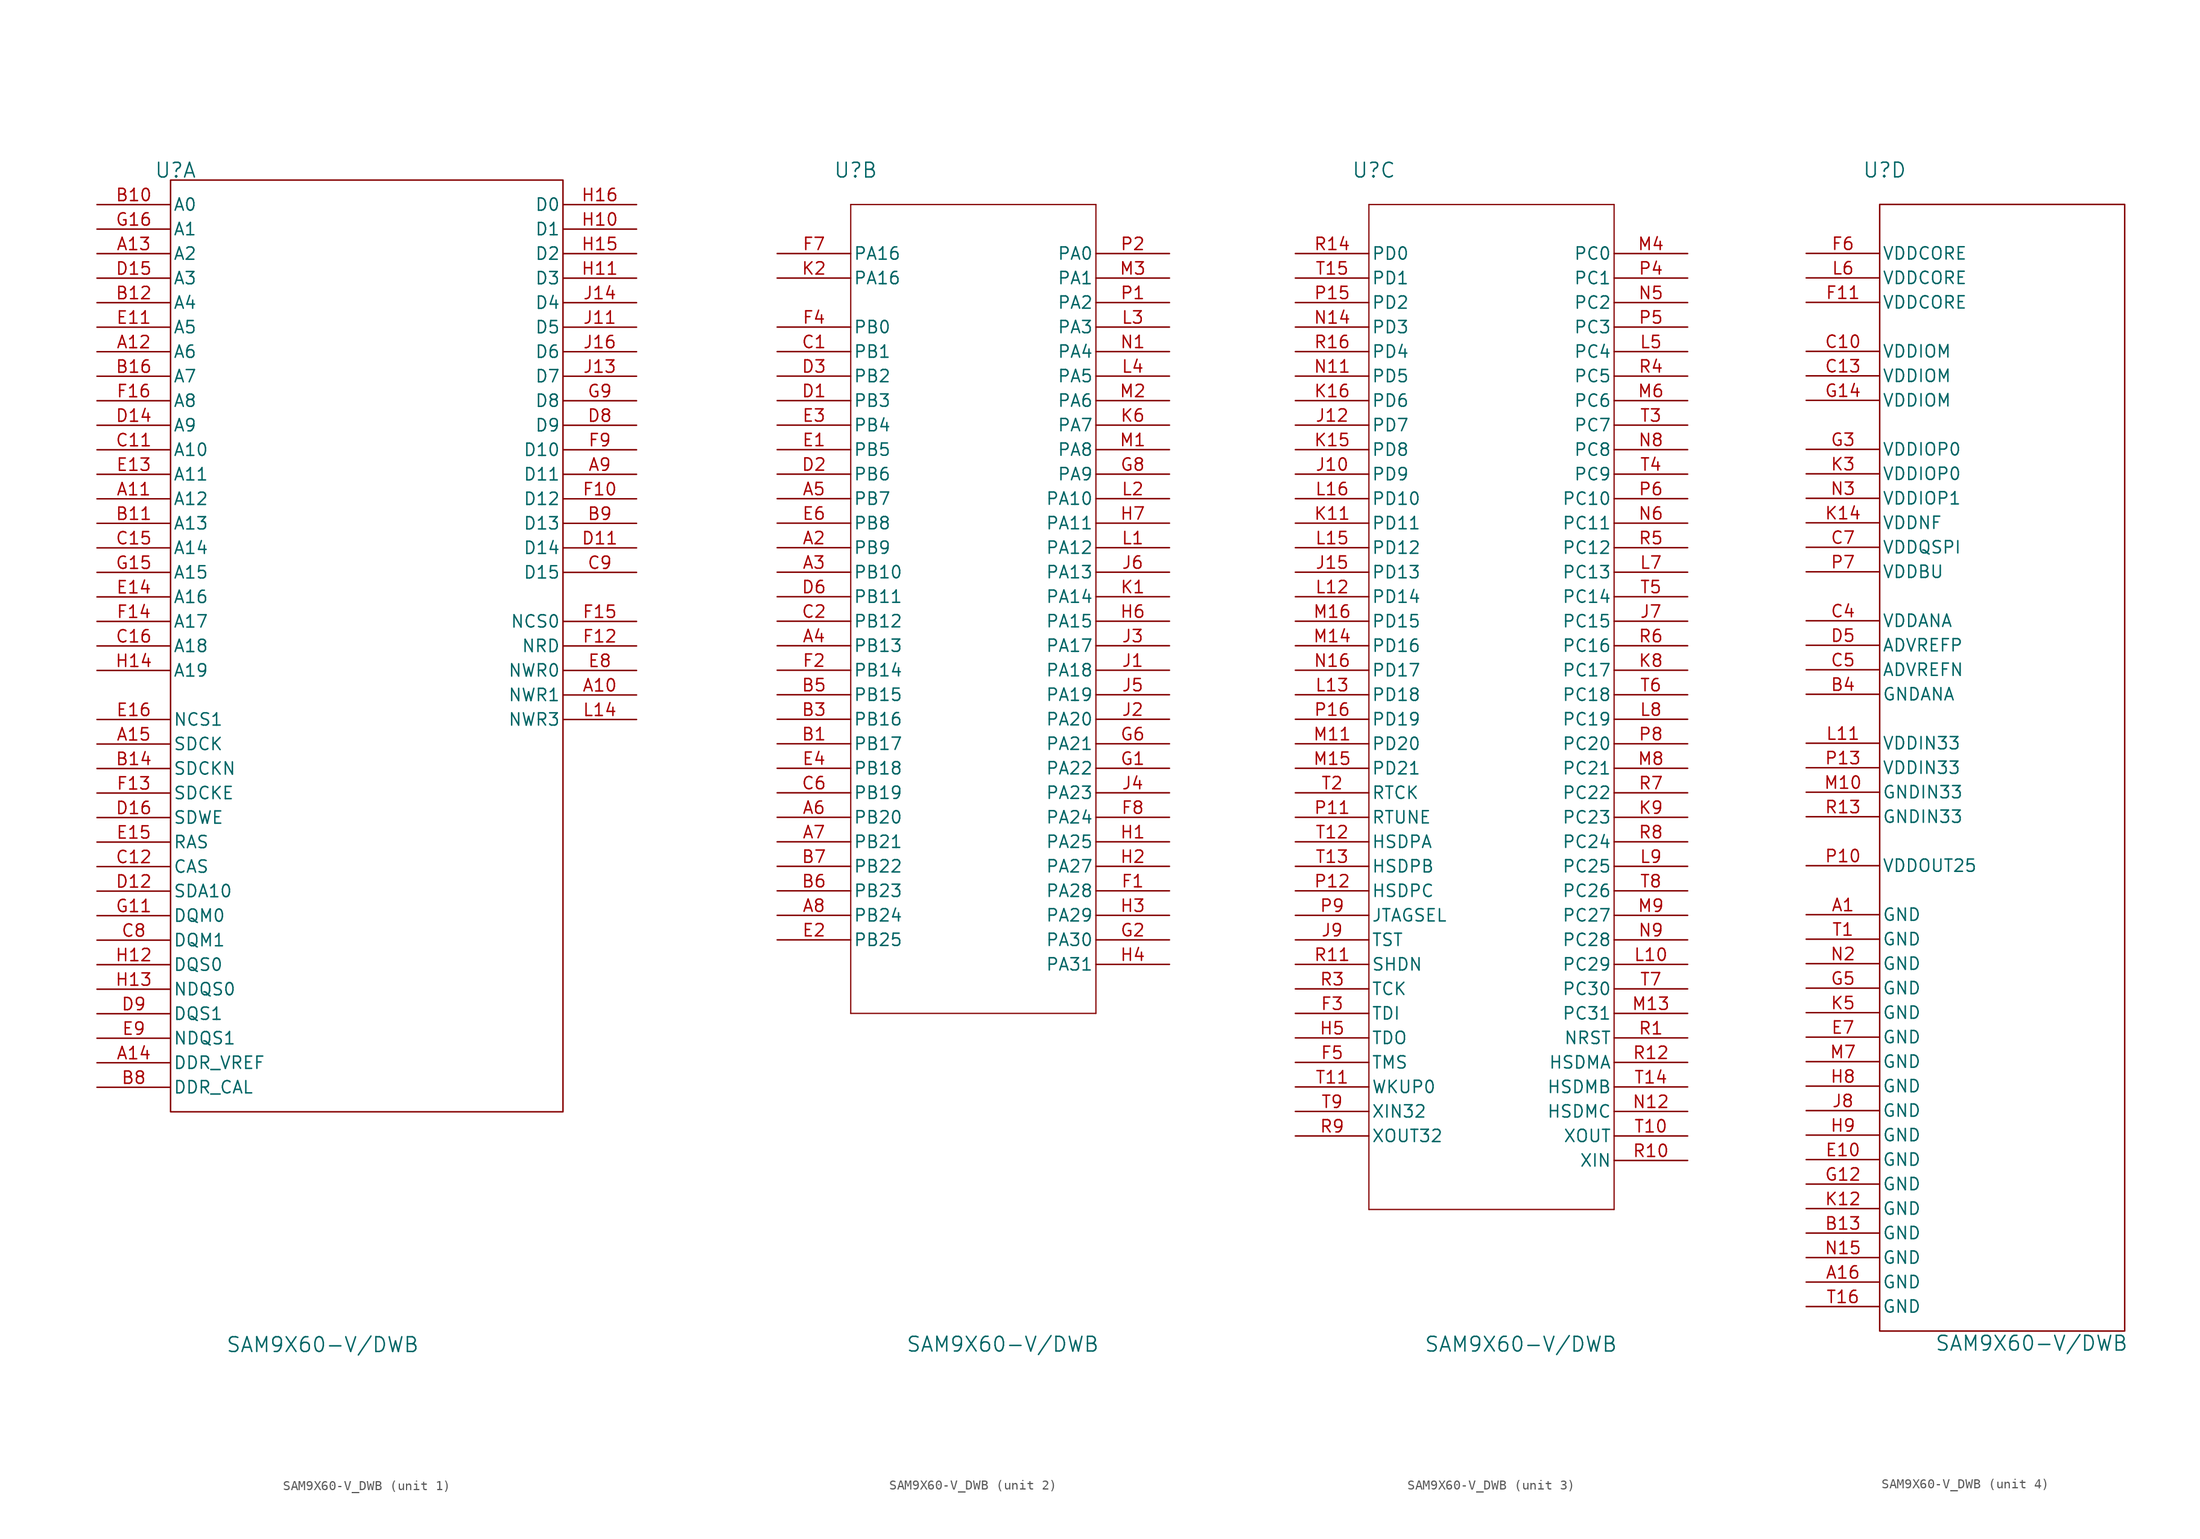
<source format=kicad_sym>
(kicad_symbol_lib
  (version 20241209)
  (generator "kicad_symbol_editor")
  (generator_version "9.0")
  (symbol "SAM9X60-V_DWB"
    (pin_names
      (offset 0.254))
    (property "Reference" "U"
      (at 8.128 8.636 0)
      (effects (font (size 1.524 1.524))))
    (property "Value" "SAM9X60-V/DWB"
      (at 23.368 -113.03 0)
      (effects (font (size 1.524 1.524))))
    (property "ki_locked" ""
      (at 0 0 0)
      (effects (font (size 1.27 1.27))))
    (symbol "SAM9X60-V_DWB_1_1"
      (rectangle (start 7.62 7.62) (end 48.26 -88.9) (stroke (width 0) (type default)) (fill (type none)))
      (pin bidirectional line (at 0 5.08 0) (length 7.62) (name "A0" (effects (font (size 1.27 1.27)))) (number "B10" (effects (font (size 1.27 1.27)))))
      (pin bidirectional line (at 0 2.54 0) (length 7.62) (name "A1" (effects (font (size 1.27 1.27)))) (number "G16" (effects (font (size 1.27 1.27)))))
      (pin bidirectional line (at 0 0 0) (length 7.62) (name "A2" (effects (font (size 1.27 1.27)))) (number "A13" (effects (font (size 1.27 1.27)))))
      (pin bidirectional line (at 0 -2.54 0) (length 7.62) (name "A3" (effects (font (size 1.27 1.27)))) (number "D15" (effects (font (size 1.27 1.27)))))
      (pin bidirectional line (at 0 -5.08 0) (length 7.62) (name "A4" (effects (font (size 1.27 1.27)))) (number "B12" (effects (font (size 1.27 1.27)))))
      (pin bidirectional line (at 0 -7.62 0) (length 7.62) (name "A5" (effects (font (size 1.27 1.27)))) (number "E11" (effects (font (size 1.27 1.27)))))
      (pin bidirectional line (at 0 -10.16 0) (length 7.62) (name "A6" (effects (font (size 1.27 1.27)))) (number "A12" (effects (font (size 1.27 1.27)))))
      (pin bidirectional line (at 0 -12.7 0) (length 7.62) (name "A7" (effects (font (size 1.27 1.27)))) (number "B16" (effects (font (size 1.27 1.27)))))
      (pin bidirectional line (at 0 -15.24 0) (length 7.62) (name "A8" (effects (font (size 1.27 1.27)))) (number "F16" (effects (font (size 1.27 1.27)))))
      (pin bidirectional line (at 0 -17.78 0) (length 7.62) (name "A9" (effects (font (size 1.27 1.27)))) (number "D14" (effects (font (size 1.27 1.27)))))
      (pin bidirectional line (at 0 -20.32 0) (length 7.62) (name "A10" (effects (font (size 1.27 1.27)))) (number "C11" (effects (font (size 1.27 1.27)))))
      (pin bidirectional line (at 0 -22.86 0) (length 7.62) (name "A11" (effects (font (size 1.27 1.27)))) (number "E13" (effects (font (size 1.27 1.27)))))
      (pin bidirectional line (at 0 -25.4 0) (length 7.62) (name "A12" (effects (font (size 1.27 1.27)))) (number "A11" (effects (font (size 1.27 1.27)))))
      (pin bidirectional line (at 0 -27.94 0) (length 7.62) (name "A13" (effects (font (size 1.27 1.27)))) (number "B11" (effects (font (size 1.27 1.27)))))
      (pin bidirectional line (at 0 -30.48 0) (length 7.62) (name "A14" (effects (font (size 1.27 1.27)))) (number "C15" (effects (font (size 1.27 1.27)))))
      (pin bidirectional line (at 0 -33.02 0) (length 7.62) (name "A15" (effects (font (size 1.27 1.27)))) (number "G15" (effects (font (size 1.27 1.27)))))
      (pin bidirectional line (at 0 -35.56 0) (length 7.62) (name "A16" (effects (font (size 1.27 1.27)))) (number "E14" (effects (font (size 1.27 1.27)))))
      (pin bidirectional line (at 0 -38.1 0) (length 7.62) (name "A17" (effects (font (size 1.27 1.27)))) (number "F14" (effects (font (size 1.27 1.27)))))
      (pin unspecified line (at 0 -40.64 0) (length 7.62) (name "A18" (effects (font (size 1.27 1.27)))) (number "C16" (effects (font (size 1.27 1.27)))))
      (pin bidirectional line (at 0 -43.18 0) (length 7.62) (name "A19" (effects (font (size 1.27 1.27)))) (number "H14" (effects (font (size 1.27 1.27)))))
      (pin unspecified line (at 0 -48.26 0) (length 7.62) (name "NCS1" (effects (font (size 1.27 1.27)))) (number "E16" (effects (font (size 1.27 1.27)))))
      (pin unspecified line (at 0 -50.8 0) (length 7.62) (name "SDCK" (effects (font (size 1.27 1.27)))) (number "A15" (effects (font (size 1.27 1.27)))))
      (pin unspecified line (at 0 -53.34 0) (length 7.62) (name "SDCKN" (effects (font (size 1.27 1.27)))) (number "B14" (effects (font (size 1.27 1.27)))))
      (pin unspecified line (at 0 -55.88 0) (length 7.62) (name "SDCKE" (effects (font (size 1.27 1.27)))) (number "F13" (effects (font (size 1.27 1.27)))))
      (pin unspecified line (at 0 -58.42 0) (length 7.62) (name "SDWE" (effects (font (size 1.27 1.27)))) (number "D16" (effects (font (size 1.27 1.27)))))
      (pin unspecified line (at 0 -60.96 0) (length 7.62) (name "RAS" (effects (font (size 1.27 1.27)))) (number "E15" (effects (font (size 1.27 1.27)))))
      (pin bidirectional line (at 0 -63.5 0) (length 7.62) (name "CAS" (effects (font (size 1.27 1.27)))) (number "C12" (effects (font (size 1.27 1.27)))))
      (pin bidirectional line (at 0 -66.04 0) (length 7.62) (name "SDA10" (effects (font (size 1.27 1.27)))) (number "D12" (effects (font (size 1.27 1.27)))))
      (pin bidirectional line (at 0 -68.58 0) (length 7.62) (name "DQM0" (effects (font (size 1.27 1.27)))) (number "G11" (effects (font (size 1.27 1.27)))))
      (pin bidirectional line (at 0 -71.12 0) (length 7.62) (name "DQM1" (effects (font (size 1.27 1.27)))) (number "C8" (effects (font (size 1.27 1.27)))))
      (pin bidirectional line (at 0 -73.66 0) (length 7.62) (name "DQS0" (effects (font (size 1.27 1.27)))) (number "H12" (effects (font (size 1.27 1.27)))))
      (pin bidirectional line (at 0 -76.2 0) (length 7.62) (name "NDQS0" (effects (font (size 1.27 1.27)))) (number "H13" (effects (font (size 1.27 1.27)))))
      (pin bidirectional line (at 0 -78.74 0) (length 7.62) (name "DQS1" (effects (font (size 1.27 1.27)))) (number "D9" (effects (font (size 1.27 1.27)))))
      (pin bidirectional line (at 0 -81.28 0) (length 7.62) (name "NDQS1" (effects (font (size 1.27 1.27)))) (number "E9" (effects (font (size 1.27 1.27)))))
      (pin power_in line (at 0 -83.82 0) (length 7.62) (name "DDR_VREF" (effects (font (size 1.27 1.27)))) (number "A14" (effects (font (size 1.27 1.27)))))
      (pin unspecified line (at 0 -86.36 0) (length 7.62) (name "DDR_CAL" (effects (font (size 1.27 1.27)))) (number "B8" (effects (font (size 1.27 1.27)))))
      (pin bidirectional line (at 55.88 5.08 180) (length 7.62) (name "D0" (effects (font (size 1.27 1.27)))) (number "H16" (effects (font (size 1.27 1.27)))))
      (pin bidirectional line (at 55.88 2.54 180) (length 7.62) (name "D1" (effects (font (size 1.27 1.27)))) (number "H10" (effects (font (size 1.27 1.27)))))
      (pin bidirectional line (at 55.88 0 180) (length 7.62) (name "D2" (effects (font (size 1.27 1.27)))) (number "H15" (effects (font (size 1.27 1.27)))))
      (pin bidirectional line (at 55.88 -2.54 180) (length 7.62) (name "D3" (effects (font (size 1.27 1.27)))) (number "H11" (effects (font (size 1.27 1.27)))))
      (pin bidirectional line (at 55.88 -5.08 180) (length 7.62) (name "D4" (effects (font (size 1.27 1.27)))) (number "J14" (effects (font (size 1.27 1.27)))))
      (pin bidirectional line (at 55.88 -7.62 180) (length 7.62) (name "D5" (effects (font (size 1.27 1.27)))) (number "J11" (effects (font (size 1.27 1.27)))))
      (pin bidirectional line (at 55.88 -10.16 180) (length 7.62) (name "D6" (effects (font (size 1.27 1.27)))) (number "J16" (effects (font (size 1.27 1.27)))))
      (pin bidirectional line (at 55.88 -12.7 180) (length 7.62) (name "D7" (effects (font (size 1.27 1.27)))) (number "J13" (effects (font (size 1.27 1.27)))))
      (pin bidirectional line (at 55.88 -15.24 180) (length 7.62) (name "D8" (effects (font (size 1.27 1.27)))) (number "G9" (effects (font (size 1.27 1.27)))))
      (pin unspecified line (at 55.88 -17.78 180) (length 7.62) (name "D9" (effects (font (size 1.27 1.27)))) (number "D8" (effects (font (size 1.27 1.27)))))
      (pin bidirectional line (at 55.88 -20.32 180) (length 7.62) (name "D10" (effects (font (size 1.27 1.27)))) (number "F9" (effects (font (size 1.27 1.27)))))
      (pin bidirectional line (at 55.88 -22.86 180) (length 7.62) (name "D11" (effects (font (size 1.27 1.27)))) (number "A9" (effects (font (size 1.27 1.27)))))
      (pin bidirectional line (at 55.88 -25.4 180) (length 7.62) (name "D12" (effects (font (size 1.27 1.27)))) (number "F10" (effects (font (size 1.27 1.27)))))
      (pin bidirectional line (at 55.88 -27.94 180) (length 7.62) (name "D13" (effects (font (size 1.27 1.27)))) (number "B9" (effects (font (size 1.27 1.27)))))
      (pin bidirectional line (at 55.88 -30.48 180) (length 7.62) (name "D14" (effects (font (size 1.27 1.27)))) (number "D11" (effects (font (size 1.27 1.27)))))
      (pin bidirectional line (at 55.88 -33.02 180) (length 7.62) (name "D15" (effects (font (size 1.27 1.27)))) (number "C9" (effects (font (size 1.27 1.27)))))
      (pin unspecified line (at 55.88 -38.1 180) (length 7.62) (name "NCS0" (effects (font (size 1.27 1.27)))) (number "F15" (effects (font (size 1.27 1.27)))))
      (pin unspecified line (at 55.88 -40.64 180) (length 7.62) (name "NRD" (effects (font (size 1.27 1.27)))) (number "F12" (effects (font (size 1.27 1.27)))))
      (pin bidirectional line (at 55.88 -43.18 180) (length 7.62) (name "NWR0" (effects (font (size 1.27 1.27)))) (number "E8" (effects (font (size 1.27 1.27)))))
      (pin bidirectional line (at 55.88 -45.72 180) (length 7.62) (name "NWR1" (effects (font (size 1.27 1.27)))) (number "A10" (effects (font (size 1.27 1.27)))))
      (pin bidirectional line (at 55.88 -48.26 180) (length 7.62) (name "NWR3" (effects (font (size 1.27 1.27)))) (number "L14" (effects (font (size 1.27 1.27))))))
    (symbol "SAM9X60-V_DWB_2_1"
      (polyline (pts (xy 7.62 5.08) (xy 7.62 -78.74)) (stroke (width 0.127) (type default)) (fill (type none)))
      (polyline (pts (xy 7.62 -78.74) (xy 33.02 -78.74)) (stroke (width 0.127) (type default)) (fill (type none)))
      (polyline (pts (xy 33.02 5.08) (xy 7.62 5.08)) (stroke (width 0.127) (type default)) (fill (type none)))
      (polyline (pts (xy 33.02 -78.74) (xy 33.02 5.08)) (stroke (width 0.127) (type default)) (fill (type none)))
      (pin bidirectional line (at 0 0 0) (length 7.62) (name "PA16" (effects (font (size 1.27 1.27)))) (number "F7" (effects (font (size 1.27 1.27)))))
      (pin bidirectional line (at 0 -2.54 0) (length 7.62) (name "PA16" (effects (font (size 1.27 1.27)))) (number "K2" (effects (font (size 1.27 1.27)))))
      (pin bidirectional line (at 0 -7.62 0) (length 7.62) (name "PB0" (effects (font (size 1.27 1.27)))) (number "F4" (effects (font (size 1.27 1.27)))))
      (pin bidirectional line (at 0 -10.16 0) (length 7.62) (name "PB1" (effects (font (size 1.27 1.27)))) (number "C1" (effects (font (size 1.27 1.27)))))
      (pin bidirectional line (at 0 -12.7 0) (length 7.62) (name "PB2" (effects (font (size 1.27 1.27)))) (number "D3" (effects (font (size 1.27 1.27)))))
      (pin bidirectional line (at 0 -15.24 0) (length 7.62) (name "PB3" (effects (font (size 1.27 1.27)))) (number "D1" (effects (font (size 1.27 1.27)))))
      (pin bidirectional line (at 0 -17.78 0) (length 7.62) (name "PB4" (effects (font (size 1.27 1.27)))) (number "E3" (effects (font (size 1.27 1.27)))))
      (pin bidirectional line (at 0 -20.32 0) (length 7.62) (name "PB5" (effects (font (size 1.27 1.27)))) (number "E1" (effects (font (size 1.27 1.27)))))
      (pin bidirectional line (at 0 -22.86 0) (length 7.62) (name "PB6" (effects (font (size 1.27 1.27)))) (number "D2" (effects (font (size 1.27 1.27)))))
      (pin bidirectional line (at 0 -25.4 0) (length 7.62) (name "PB7" (effects (font (size 1.27 1.27)))) (number "A5" (effects (font (size 1.27 1.27)))))
      (pin bidirectional line (at 0 -27.94 0) (length 7.62) (name "PB8" (effects (font (size 1.27 1.27)))) (number "E6" (effects (font (size 1.27 1.27)))))
      (pin bidirectional line (at 0 -30.48 0) (length 7.62) (name "PB9" (effects (font (size 1.27 1.27)))) (number "A2" (effects (font (size 1.27 1.27)))))
      (pin bidirectional line (at 0 -33.02 0) (length 7.62) (name "PB10" (effects (font (size 1.27 1.27)))) (number "A3" (effects (font (size 1.27 1.27)))))
      (pin bidirectional line (at 0 -35.56 0) (length 7.62) (name "PB11" (effects (font (size 1.27 1.27)))) (number "D6" (effects (font (size 1.27 1.27)))))
      (pin bidirectional line (at 0 -38.1 0) (length 7.62) (name "PB12" (effects (font (size 1.27 1.27)))) (number "C2" (effects (font (size 1.27 1.27)))))
      (pin bidirectional line (at 0 -40.64 0) (length 7.62) (name "PB13" (effects (font (size 1.27 1.27)))) (number "A4" (effects (font (size 1.27 1.27)))))
      (pin bidirectional line (at 0 -43.18 0) (length 7.62) (name "PB14" (effects (font (size 1.27 1.27)))) (number "F2" (effects (font (size 1.27 1.27)))))
      (pin bidirectional line (at 0 -45.72 0) (length 7.62) (name "PB15" (effects (font (size 1.27 1.27)))) (number "B5" (effects (font (size 1.27 1.27)))))
      (pin bidirectional line (at 0 -48.26 0) (length 7.62) (name "PB16" (effects (font (size 1.27 1.27)))) (number "B3" (effects (font (size 1.27 1.27)))))
      (pin bidirectional line (at 0 -50.8 0) (length 7.62) (name "PB17" (effects (font (size 1.27 1.27)))) (number "B1" (effects (font (size 1.27 1.27)))))
      (pin bidirectional line (at 0 -53.34 0) (length 7.62) (name "PB18" (effects (font (size 1.27 1.27)))) (number "E4" (effects (font (size 1.27 1.27)))))
      (pin bidirectional line (at 0 -55.88 0) (length 7.62) (name "PB19" (effects (font (size 1.27 1.27)))) (number "C6" (effects (font (size 1.27 1.27)))))
      (pin bidirectional line (at 0 -58.42 0) (length 7.62) (name "PB20" (effects (font (size 1.27 1.27)))) (number "A6" (effects (font (size 1.27 1.27)))))
      (pin bidirectional line (at 0 -60.96 0) (length 7.62) (name "PB21" (effects (font (size 1.27 1.27)))) (number "A7" (effects (font (size 1.27 1.27)))))
      (pin bidirectional line (at 0 -63.5 0) (length 7.62) (name "PB22" (effects (font (size 1.27 1.27)))) (number "B7" (effects (font (size 1.27 1.27)))))
      (pin bidirectional line (at 0 -66.04 0) (length 7.62) (name "PB23" (effects (font (size 1.27 1.27)))) (number "B6" (effects (font (size 1.27 1.27)))))
      (pin bidirectional line (at 0 -68.58 0) (length 7.62) (name "PB24" (effects (font (size 1.27 1.27)))) (number "A8" (effects (font (size 1.27 1.27)))))
      (pin bidirectional line (at 0 -71.12 0) (length 7.62) (name "PB25" (effects (font (size 1.27 1.27)))) (number "E2" (effects (font (size 1.27 1.27)))))
      (pin bidirectional line (at 40.64 0 180) (length 7.62) (name "PA0" (effects (font (size 1.27 1.27)))) (number "P2" (effects (font (size 1.27 1.27)))))
      (pin bidirectional line (at 40.64 -2.54 180) (length 7.62) (name "PA1" (effects (font (size 1.27 1.27)))) (number "M3" (effects (font (size 1.27 1.27)))))
      (pin bidirectional line (at 40.64 -5.08 180) (length 7.62) (name "PA2" (effects (font (size 1.27 1.27)))) (number "P1" (effects (font (size 1.27 1.27)))))
      (pin bidirectional line (at 40.64 -7.62 180) (length 7.62) (name "PA3" (effects (font (size 1.27 1.27)))) (number "L3" (effects (font (size 1.27 1.27)))))
      (pin bidirectional line (at 40.64 -10.16 180) (length 7.62) (name "PA4" (effects (font (size 1.27 1.27)))) (number "N1" (effects (font (size 1.27 1.27)))))
      (pin bidirectional line (at 40.64 -12.7 180) (length 7.62) (name "PA5" (effects (font (size 1.27 1.27)))) (number "L4" (effects (font (size 1.27 1.27)))))
      (pin bidirectional line (at 40.64 -15.24 180) (length 7.62) (name "PA6" (effects (font (size 1.27 1.27)))) (number "M2" (effects (font (size 1.27 1.27)))))
      (pin bidirectional line (at 40.64 -17.78 180) (length 7.62) (name "PA7" (effects (font (size 1.27 1.27)))) (number "K6" (effects (font (size 1.27 1.27)))))
      (pin bidirectional line (at 40.64 -20.32 180) (length 7.62) (name "PA8" (effects (font (size 1.27 1.27)))) (number "M1" (effects (font (size 1.27 1.27)))))
      (pin bidirectional line (at 40.64 -22.86 180) (length 7.62) (name "PA9" (effects (font (size 1.27 1.27)))) (number "G8" (effects (font (size 1.27 1.27)))))
      (pin bidirectional line (at 40.64 -25.4 180) (length 7.62) (name "PA10" (effects (font (size 1.27 1.27)))) (number "L2" (effects (font (size 1.27 1.27)))))
      (pin bidirectional line (at 40.64 -27.94 180) (length 7.62) (name "PA11" (effects (font (size 1.27 1.27)))) (number "H7" (effects (font (size 1.27 1.27)))))
      (pin bidirectional line (at 40.64 -30.48 180) (length 7.62) (name "PA12" (effects (font (size 1.27 1.27)))) (number "L1" (effects (font (size 1.27 1.27)))))
      (pin bidirectional line (at 40.64 -33.02 180) (length 7.62) (name "PA13" (effects (font (size 1.27 1.27)))) (number "J6" (effects (font (size 1.27 1.27)))))
      (pin bidirectional line (at 40.64 -35.56 180) (length 7.62) (name "PA14" (effects (font (size 1.27 1.27)))) (number "K1" (effects (font (size 1.27 1.27)))))
      (pin bidirectional line (at 40.64 -38.1 180) (length 7.62) (name "PA15" (effects (font (size 1.27 1.27)))) (number "H6" (effects (font (size 1.27 1.27)))))
      (pin bidirectional line (at 40.64 -40.64 180) (length 7.62) (name "PA17" (effects (font (size 1.27 1.27)))) (number "J3" (effects (font (size 1.27 1.27)))))
      (pin bidirectional line (at 40.64 -43.18 180) (length 7.62) (name "PA18" (effects (font (size 1.27 1.27)))) (number "J1" (effects (font (size 1.27 1.27)))))
      (pin bidirectional line (at 40.64 -45.72 180) (length 7.62) (name "PA19" (effects (font (size 1.27 1.27)))) (number "J5" (effects (font (size 1.27 1.27)))))
      (pin bidirectional line (at 40.64 -48.26 180) (length 7.62) (name "PA20" (effects (font (size 1.27 1.27)))) (number "J2" (effects (font (size 1.27 1.27)))))
      (pin bidirectional line (at 40.64 -50.8 180) (length 7.62) (name "PA21" (effects (font (size 1.27 1.27)))) (number "G6" (effects (font (size 1.27 1.27)))))
      (pin bidirectional line (at 40.64 -53.34 180) (length 7.62) (name "PA22" (effects (font (size 1.27 1.27)))) (number "G1" (effects (font (size 1.27 1.27)))))
      (pin bidirectional line (at 40.64 -55.88 180) (length 7.62) (name "PA23" (effects (font (size 1.27 1.27)))) (number "J4" (effects (font (size 1.27 1.27)))))
      (pin bidirectional line (at 40.64 -58.42 180) (length 7.62) (name "PA24" (effects (font (size 1.27 1.27)))) (number "F8" (effects (font (size 1.27 1.27)))))
      (pin bidirectional line (at 40.64 -60.96 180) (length 7.62) (name "PA25" (effects (font (size 1.27 1.27)))) (number "H1" (effects (font (size 1.27 1.27)))))
      (pin bidirectional line (at 40.64 -63.5 180) (length 7.62) (name "PA27" (effects (font (size 1.27 1.27)))) (number "H2" (effects (font (size 1.27 1.27)))))
      (pin bidirectional line (at 40.64 -66.04 180) (length 7.62) (name "PA28" (effects (font (size 1.27 1.27)))) (number "F1" (effects (font (size 1.27 1.27)))))
      (pin bidirectional line (at 40.64 -68.58 180) (length 7.62) (name "PA29" (effects (font (size 1.27 1.27)))) (number "H3" (effects (font (size 1.27 1.27)))))
      (pin bidirectional line (at 40.64 -71.12 180) (length 7.62) (name "PA30" (effects (font (size 1.27 1.27)))) (number "G2" (effects (font (size 1.27 1.27)))))
      (pin bidirectional line (at 40.64 -73.66 180) (length 7.62) (name "PA31" (effects (font (size 1.27 1.27)))) (number "H4" (effects (font (size 1.27 1.27))))))
    (symbol "SAM9X60-V_DWB_3_1"
      (polyline (pts (xy 7.62 5.08) (xy 7.62 -99.06)) (stroke (width 0.127) (type default)) (fill (type none)))
      (polyline (pts (xy 7.62 -99.06) (xy 33.02 -99.06)) (stroke (width 0.127) (type default)) (fill (type none)))
      (polyline (pts (xy 33.02 5.08) (xy 7.62 5.08)) (stroke (width 0.127) (type default)) (fill (type none)))
      (polyline (pts (xy 33.02 -99.06) (xy 33.02 5.08)) (stroke (width 0.127) (type default)) (fill (type none)))
      (pin bidirectional line (at 0 0 0) (length 7.62) (name "PD0" (effects (font (size 1.27 1.27)))) (number "R14" (effects (font (size 1.27 1.27)))))
      (pin bidirectional line (at 0 -2.54 0) (length 7.62) (name "PD1" (effects (font (size 1.27 1.27)))) (number "T15" (effects (font (size 1.27 1.27)))))
      (pin bidirectional line (at 0 -5.08 0) (length 7.62) (name "PD2" (effects (font (size 1.27 1.27)))) (number "P15" (effects (font (size 1.27 1.27)))))
      (pin bidirectional line (at 0 -7.62 0) (length 7.62) (name "PD3" (effects (font (size 1.27 1.27)))) (number "N14" (effects (font (size 1.27 1.27)))))
      (pin bidirectional line (at 0 -10.16 0) (length 7.62) (name "PD4" (effects (font (size 1.27 1.27)))) (number "R16" (effects (font (size 1.27 1.27)))))
      (pin bidirectional line (at 0 -12.7 0) (length 7.62) (name "PD5" (effects (font (size 1.27 1.27)))) (number "N11" (effects (font (size 1.27 1.27)))))
      (pin bidirectional line (at 0 -15.24 0) (length 7.62) (name "PD6" (effects (font (size 1.27 1.27)))) (number "K16" (effects (font (size 1.27 1.27)))))
      (pin bidirectional line (at 0 -17.78 0) (length 7.62) (name "PD7" (effects (font (size 1.27 1.27)))) (number "J12" (effects (font (size 1.27 1.27)))))
      (pin bidirectional line (at 0 -20.32 0) (length 7.62) (name "PD8" (effects (font (size 1.27 1.27)))) (number "K15" (effects (font (size 1.27 1.27)))))
      (pin bidirectional line (at 0 -22.86 0) (length 7.62) (name "PD9" (effects (font (size 1.27 1.27)))) (number "J10" (effects (font (size 1.27 1.27)))))
      (pin bidirectional line (at 0 -25.4 0) (length 7.62) (name "PD10" (effects (font (size 1.27 1.27)))) (number "L16" (effects (font (size 1.27 1.27)))))
      (pin bidirectional line (at 0 -27.94 0) (length 7.62) (name "PD11" (effects (font (size 1.27 1.27)))) (number "K11" (effects (font (size 1.27 1.27)))))
      (pin bidirectional line (at 0 -30.48 0) (length 7.62) (name "PD12" (effects (font (size 1.27 1.27)))) (number "L15" (effects (font (size 1.27 1.27)))))
      (pin bidirectional line (at 0 -33.02 0) (length 7.62) (name "PD13" (effects (font (size 1.27 1.27)))) (number "J15" (effects (font (size 1.27 1.27)))))
      (pin bidirectional line (at 0 -35.56 0) (length 7.62) (name "PD14" (effects (font (size 1.27 1.27)))) (number "L12" (effects (font (size 1.27 1.27)))))
      (pin bidirectional line (at 0 -38.1 0) (length 7.62) (name "PD15" (effects (font (size 1.27 1.27)))) (number "M16" (effects (font (size 1.27 1.27)))))
      (pin bidirectional line (at 0 -40.64 0) (length 7.62) (name "PD16" (effects (font (size 1.27 1.27)))) (number "M14" (effects (font (size 1.27 1.27)))))
      (pin bidirectional line (at 0 -43.18 0) (length 7.62) (name "PD17" (effects (font (size 1.27 1.27)))) (number "N16" (effects (font (size 1.27 1.27)))))
      (pin bidirectional line (at 0 -45.72 0) (length 7.62) (name "PD18" (effects (font (size 1.27 1.27)))) (number "L13" (effects (font (size 1.27 1.27)))))
      (pin bidirectional line (at 0 -48.26 0) (length 7.62) (name "PD19" (effects (font (size 1.27 1.27)))) (number "P16" (effects (font (size 1.27 1.27)))))
      (pin bidirectional line (at 0 -50.8 0) (length 7.62) (name "PD20" (effects (font (size 1.27 1.27)))) (number "M11" (effects (font (size 1.27 1.27)))))
      (pin bidirectional line (at 0 -53.34 0) (length 7.62) (name "PD21" (effects (font (size 1.27 1.27)))) (number "M15" (effects (font (size 1.27 1.27)))))
      (pin unspecified line (at 0 -55.88 0) (length 7.62) (name "RTCK" (effects (font (size 1.27 1.27)))) (number "T2" (effects (font (size 1.27 1.27)))))
      (pin unspecified line (at 0 -58.42 0) (length 7.62) (name "RTUNE" (effects (font (size 1.27 1.27)))) (number "P11" (effects (font (size 1.27 1.27)))))
      (pin unspecified line (at 0 -60.96 0) (length 7.62) (name "HSDPA" (effects (font (size 1.27 1.27)))) (number "T12" (effects (font (size 1.27 1.27)))))
      (pin unspecified line (at 0 -63.5 0) (length 7.62) (name "HSDPB" (effects (font (size 1.27 1.27)))) (number "T13" (effects (font (size 1.27 1.27)))))
      (pin unspecified line (at 0 -66.04 0) (length 7.62) (name "HSDPC" (effects (font (size 1.27 1.27)))) (number "P12" (effects (font (size 1.27 1.27)))))
      (pin unspecified line (at 0 -68.58 0) (length 7.62) (name "JTAGSEL" (effects (font (size 1.27 1.27)))) (number "P9" (effects (font (size 1.27 1.27)))))
      (pin power_out line (at 0 -71.12 0) (length 7.62) (name "TST" (effects (font (size 1.27 1.27)))) (number "J9" (effects (font (size 1.27 1.27)))))
      (pin unspecified line (at 0 -73.66 0) (length 7.62) (name "SHDN" (effects (font (size 1.27 1.27)))) (number "R11" (effects (font (size 1.27 1.27)))))
      (pin unspecified line (at 0 -76.2 0) (length 7.62) (name "TCK" (effects (font (size 1.27 1.27)))) (number "R3" (effects (font (size 1.27 1.27)))))
      (pin unspecified line (at 0 -78.74 0) (length 7.62) (name "TDI" (effects (font (size 1.27 1.27)))) (number "F3" (effects (font (size 1.27 1.27)))))
      (pin unspecified line (at 0 -81.28 0) (length 7.62) (name "TDO" (effects (font (size 1.27 1.27)))) (number "H5" (effects (font (size 1.27 1.27)))))
      (pin unspecified line (at 0 -83.82 0) (length 7.62) (name "TMS" (effects (font (size 1.27 1.27)))) (number "F5" (effects (font (size 1.27 1.27)))))
      (pin unspecified line (at 0 -86.36 0) (length 7.62) (name "WKUP0" (effects (font (size 1.27 1.27)))) (number "T11" (effects (font (size 1.27 1.27)))))
      (pin input line (at 0 -88.9 0) (length 7.62) (name "XIN32" (effects (font (size 1.27 1.27)))) (number "T9" (effects (font (size 1.27 1.27)))))
      (pin output line (at 0 -91.44 0) (length 7.62) (name "XOUT32" (effects (font (size 1.27 1.27)))) (number "R9" (effects (font (size 1.27 1.27)))))
      (pin bidirectional line (at 40.64 0 180) (length 7.62) (name "PC0" (effects (font (size 1.27 1.27)))) (number "M4" (effects (font (size 1.27 1.27)))))
      (pin bidirectional line (at 40.64 -2.54 180) (length 7.62) (name "PC1" (effects (font (size 1.27 1.27)))) (number "P4" (effects (font (size 1.27 1.27)))))
      (pin bidirectional line (at 40.64 -5.08 180) (length 7.62) (name "PC2" (effects (font (size 1.27 1.27)))) (number "N5" (effects (font (size 1.27 1.27)))))
      (pin bidirectional line (at 40.64 -7.62 180) (length 7.62) (name "PC3" (effects (font (size 1.27 1.27)))) (number "P5" (effects (font (size 1.27 1.27)))))
      (pin bidirectional line (at 40.64 -10.16 180) (length 7.62) (name "PC4" (effects (font (size 1.27 1.27)))) (number "L5" (effects (font (size 1.27 1.27)))))
      (pin bidirectional line (at 40.64 -12.7 180) (length 7.62) (name "PC5" (effects (font (size 1.27 1.27)))) (number "R4" (effects (font (size 1.27 1.27)))))
      (pin bidirectional line (at 40.64 -15.24 180) (length 7.62) (name "PC6" (effects (font (size 1.27 1.27)))) (number "M6" (effects (font (size 1.27 1.27)))))
      (pin bidirectional line (at 40.64 -17.78 180) (length 7.62) (name "PC7" (effects (font (size 1.27 1.27)))) (number "T3" (effects (font (size 1.27 1.27)))))
      (pin bidirectional line (at 40.64 -20.32 180) (length 7.62) (name "PC8" (effects (font (size 1.27 1.27)))) (number "N8" (effects (font (size 1.27 1.27)))))
      (pin bidirectional line (at 40.64 -22.86 180) (length 7.62) (name "PC9" (effects (font (size 1.27 1.27)))) (number "T4" (effects (font (size 1.27 1.27)))))
      (pin bidirectional line (at 40.64 -25.4 180) (length 7.62) (name "PC10" (effects (font (size 1.27 1.27)))) (number "P6" (effects (font (size 1.27 1.27)))))
      (pin bidirectional line (at 40.64 -27.94 180) (length 7.62) (name "PC11" (effects (font (size 1.27 1.27)))) (number "N6" (effects (font (size 1.27 1.27)))))
      (pin bidirectional line (at 40.64 -30.48 180) (length 7.62) (name "PC12" (effects (font (size 1.27 1.27)))) (number "R5" (effects (font (size 1.27 1.27)))))
      (pin bidirectional line (at 40.64 -33.02 180) (length 7.62) (name "PC13" (effects (font (size 1.27 1.27)))) (number "L7" (effects (font (size 1.27 1.27)))))
      (pin bidirectional line (at 40.64 -35.56 180) (length 7.62) (name "PC14" (effects (font (size 1.27 1.27)))) (number "T5" (effects (font (size 1.27 1.27)))))
      (pin bidirectional line (at 40.64 -38.1 180) (length 7.62) (name "PC15" (effects (font (size 1.27 1.27)))) (number "J7" (effects (font (size 1.27 1.27)))))
      (pin bidirectional line (at 40.64 -40.64 180) (length 7.62) (name "PC16" (effects (font (size 1.27 1.27)))) (number "R6" (effects (font (size 1.27 1.27)))))
      (pin bidirectional line (at 40.64 -43.18 180) (length 7.62) (name "PC17" (effects (font (size 1.27 1.27)))) (number "K8" (effects (font (size 1.27 1.27)))))
      (pin bidirectional line (at 40.64 -45.72 180) (length 7.62) (name "PC18" (effects (font (size 1.27 1.27)))) (number "T6" (effects (font (size 1.27 1.27)))))
      (pin bidirectional line (at 40.64 -48.26 180) (length 7.62) (name "PC19" (effects (font (size 1.27 1.27)))) (number "L8" (effects (font (size 1.27 1.27)))))
      (pin bidirectional line (at 40.64 -50.8 180) (length 7.62) (name "PC20" (effects (font (size 1.27 1.27)))) (number "P8" (effects (font (size 1.27 1.27)))))
      (pin bidirectional line (at 40.64 -53.34 180) (length 7.62) (name "PC21" (effects (font (size 1.27 1.27)))) (number "M8" (effects (font (size 1.27 1.27)))))
      (pin bidirectional line (at 40.64 -55.88 180) (length 7.62) (name "PC22" (effects (font (size 1.27 1.27)))) (number "R7" (effects (font (size 1.27 1.27)))))
      (pin bidirectional line (at 40.64 -58.42 180) (length 7.62) (name "PC23" (effects (font (size 1.27 1.27)))) (number "K9" (effects (font (size 1.27 1.27)))))
      (pin bidirectional line (at 40.64 -60.96 180) (length 7.62) (name "PC24" (effects (font (size 1.27 1.27)))) (number "R8" (effects (font (size 1.27 1.27)))))
      (pin bidirectional line (at 40.64 -63.5 180) (length 7.62) (name "PC25" (effects (font (size 1.27 1.27)))) (number "L9" (effects (font (size 1.27 1.27)))))
      (pin bidirectional line (at 40.64 -66.04 180) (length 7.62) (name "PC26" (effects (font (size 1.27 1.27)))) (number "T8" (effects (font (size 1.27 1.27)))))
      (pin bidirectional line (at 40.64 -68.58 180) (length 7.62) (name "PC27" (effects (font (size 1.27 1.27)))) (number "M9" (effects (font (size 1.27 1.27)))))
      (pin bidirectional line (at 40.64 -71.12 180) (length 7.62) (name "PC28" (effects (font (size 1.27 1.27)))) (number "N9" (effects (font (size 1.27 1.27)))))
      (pin bidirectional line (at 40.64 -73.66 180) (length 7.62) (name "PC29" (effects (font (size 1.27 1.27)))) (number "L10" (effects (font (size 1.27 1.27)))))
      (pin bidirectional line (at 40.64 -76.2 180) (length 7.62) (name "PC30" (effects (font (size 1.27 1.27)))) (number "T7" (effects (font (size 1.27 1.27)))))
      (pin bidirectional line (at 40.64 -78.74 180) (length 7.62) (name "PC31" (effects (font (size 1.27 1.27)))) (number "M13" (effects (font (size 1.27 1.27)))))
      (pin unspecified line (at 40.64 -81.28 180) (length 7.62) (name "NRST" (effects (font (size 1.27 1.27)))) (number "R1" (effects (font (size 1.27 1.27)))))
      (pin unspecified line (at 40.64 -83.82 180) (length 7.62) (name "HSDMA" (effects (font (size 1.27 1.27)))) (number "R12" (effects (font (size 1.27 1.27)))))
      (pin unspecified line (at 40.64 -86.36 180) (length 7.62) (name "HSDMB" (effects (font (size 1.27 1.27)))) (number "T14" (effects (font (size 1.27 1.27)))))
      (pin unspecified line (at 40.64 -88.9 180) (length 7.62) (name "HSDMC" (effects (font (size 1.27 1.27)))) (number "N12" (effects (font (size 1.27 1.27)))))
      (pin output line (at 40.64 -91.44 180) (length 7.62) (name "XOUT" (effects (font (size 1.27 1.27)))) (number "T10" (effects (font (size 1.27 1.27)))))
      (pin unspecified line (at 40.64 -93.98 180) (length 7.62) (name "XIN" (effects (font (size 1.27 1.27)))) (number "R10" (effects (font (size 1.27 1.27))))))
    (symbol "SAM9X60-V_DWB_4_1"
      (rectangle (start 7.62 5.08) (end 33.02 -111.76) (stroke (width 0) (type solid)) (fill (type none)))
      (pin power_in line (at 0 0 0) (length 7.62) (name "VDDCORE" (effects (font (size 1.27 1.27)))) (number "F6" (effects (font (size 1.27 1.27)))))
      (pin power_in line (at 0 -2.54 0) (length 7.62) (name "VDDCORE" (effects (font (size 1.27 1.27)))) (number "L6" (effects (font (size 1.27 1.27)))))
      (pin power_in line (at 0 -5.08 0) (length 7.62) (name "VDDCORE" (effects (font (size 1.27 1.27)))) (number "F11" (effects (font (size 1.27 1.27)))))
      (pin power_in line (at 0 -10.16 0) (length 7.62) (name "VDDIOM" (effects (font (size 1.27 1.27)))) (number "C10" (effects (font (size 1.27 1.27)))))
      (pin bidirectional line (at 0 -12.7 0) (length 7.62) (name "VDDIOM" (effects (font (size 1.27 1.27)))) (number "C13" (effects (font (size 1.27 1.27)))))
      (pin power_in line (at 0 -15.24 0) (length 7.62) (name "VDDIOM" (effects (font (size 1.27 1.27)))) (number "G14" (effects (font (size 1.27 1.27)))))
      (pin power_in line (at 0 -20.32 0) (length 7.62) (name "VDDIOP0" (effects (font (size 1.27 1.27)))) (number "G3" (effects (font (size 1.27 1.27)))))
      (pin power_in line (at 0 -22.86 0) (length 7.62) (name "VDDIOP0" (effects (font (size 1.27 1.27)))) (number "K3" (effects (font (size 1.27 1.27)))))
      (pin power_in line (at 0 -25.4 0) (length 7.62) (name "VDDIOP1" (effects (font (size 1.27 1.27)))) (number "N3" (effects (font (size 1.27 1.27)))))
      (pin power_in line (at 0 -27.94 0) (length 7.62) (name "VDDNF" (effects (font (size 1.27 1.27)))) (number "K14" (effects (font (size 1.27 1.27)))))
      (pin power_in line (at 0 -30.48 0) (length 7.62) (name "VDDQSPI" (effects (font (size 1.27 1.27)))) (number "C7" (effects (font (size 1.27 1.27)))))
      (pin power_in line (at 0 -33.02 0) (length 7.62) (name "VDDBU" (effects (font (size 1.27 1.27)))) (number "P7" (effects (font (size 1.27 1.27)))))
      (pin power_in line (at 0 -38.1 0) (length 7.62) (name "VDDANA" (effects (font (size 1.27 1.27)))) (number "C4" (effects (font (size 1.27 1.27)))))
      (pin power_in line (at 0 -40.64 0) (length 7.62) (name "ADVREFP" (effects (font (size 1.27 1.27)))) (number "D5" (effects (font (size 1.27 1.27)))))
      (pin power_in line (at 0 -43.18 0) (length 7.62) (name "ADVREFN" (effects (font (size 1.27 1.27)))) (number "C5" (effects (font (size 1.27 1.27)))))
      (pin power_out line (at 0 -45.72 0) (length 7.62) (name "GNDANA" (effects (font (size 1.27 1.27)))) (number "B4" (effects (font (size 1.27 1.27)))))
      (pin input line (at 0 -50.8 0) (length 7.62) (name "VDDIN33" (effects (font (size 1.27 1.27)))) (number "L11" (effects (font (size 1.27 1.27)))))
      (pin input line (at 0 -53.34 0) (length 7.62) (name "VDDIN33" (effects (font (size 1.27 1.27)))) (number "P13" (effects (font (size 1.27 1.27)))))
      (pin input line (at 0 -55.88 0) (length 7.62) (name "GNDIN33" (effects (font (size 1.27 1.27)))) (number "M10" (effects (font (size 1.27 1.27)))))
      (pin input line (at 0 -58.42 0) (length 7.62) (name "GNDIN33" (effects (font (size 1.27 1.27)))) (number "R13" (effects (font (size 1.27 1.27)))))
      (pin output line (at 0 -63.5 0) (length 7.62) (name "VDDOUT25" (effects (font (size 1.27 1.27)))) (number "P10" (effects (font (size 1.27 1.27)))))
      (pin power_out line (at 0 -68.58 0) (length 7.62) (name "GND" (effects (font (size 1.27 1.27)))) (number "A1" (effects (font (size 1.27 1.27)))))
      (pin power_out line (at 0 -71.12 0) (length 7.62) (name "GND" (effects (font (size 1.27 1.27)))) (number "T1" (effects (font (size 1.27 1.27)))))
      (pin power_out line (at 0 -73.66 0) (length 7.62) (name "GND" (effects (font (size 1.27 1.27)))) (number "N2" (effects (font (size 1.27 1.27)))))
      (pin power_out line (at 0 -76.2 0) (length 7.62) (name "GND" (effects (font (size 1.27 1.27)))) (number "G5" (effects (font (size 1.27 1.27)))))
      (pin power_out line (at 0 -78.74 0) (length 7.62) (name "GND" (effects (font (size 1.27 1.27)))) (number "K5" (effects (font (size 1.27 1.27)))))
      (pin power_out line (at 0 -81.28 0) (length 7.62) (name "GND" (effects (font (size 1.27 1.27)))) (number "E7" (effects (font (size 1.27 1.27)))))
      (pin power_out line (at 0 -83.82 0) (length 7.62) (name "GND" (effects (font (size 1.27 1.27)))) (number "M7" (effects (font (size 1.27 1.27)))))
      (pin power_out line (at 0 -86.36 0) (length 7.62) (name "GND" (effects (font (size 1.27 1.27)))) (number "H8" (effects (font (size 1.27 1.27)))))
      (pin power_out line (at 0 -88.9 0) (length 7.62) (name "GND" (effects (font (size 1.27 1.27)))) (number "J8" (effects (font (size 1.27 1.27)))))
      (pin power_out line (at 0 -91.44 0) (length 7.62) (name "GND" (effects (font (size 1.27 1.27)))) (number "H9" (effects (font (size 1.27 1.27)))))
      (pin power_out line (at 0 -93.98 0) (length 7.62) (name "GND" (effects (font (size 1.27 1.27)))) (number "E10" (effects (font (size 1.27 1.27)))))
      (pin power_out line (at 0 -96.52 0) (length 7.62) (name "GND" (effects (font (size 1.27 1.27)))) (number "G12" (effects (font (size 1.27 1.27)))))
      (pin power_out line (at 0 -99.06 0) (length 7.62) (name "GND" (effects (font (size 1.27 1.27)))) (number "K12" (effects (font (size 1.27 1.27)))))
      (pin power_out line (at 0 -101.6 0) (length 7.62) (name "GND" (effects (font (size 1.27 1.27)))) (number "B13" (effects (font (size 1.27 1.27)))))
      (pin power_out line (at 0 -104.14 0) (length 7.62) (name "GND" (effects (font (size 1.27 1.27)))) (number "N15" (effects (font (size 1.27 1.27)))))
      (pin power_out line (at 0 -106.68 0) (length 7.62) (name "GND" (effects (font (size 1.27 1.27)))) (number "A16" (effects (font (size 1.27 1.27)))))
      (pin power_out line (at 0 -109.22 0) (length 7.62) (name "GND" (effects (font (size 1.27 1.27)))) (number "T16" (effects (font (size 1.27 1.27))))))))
</source>
